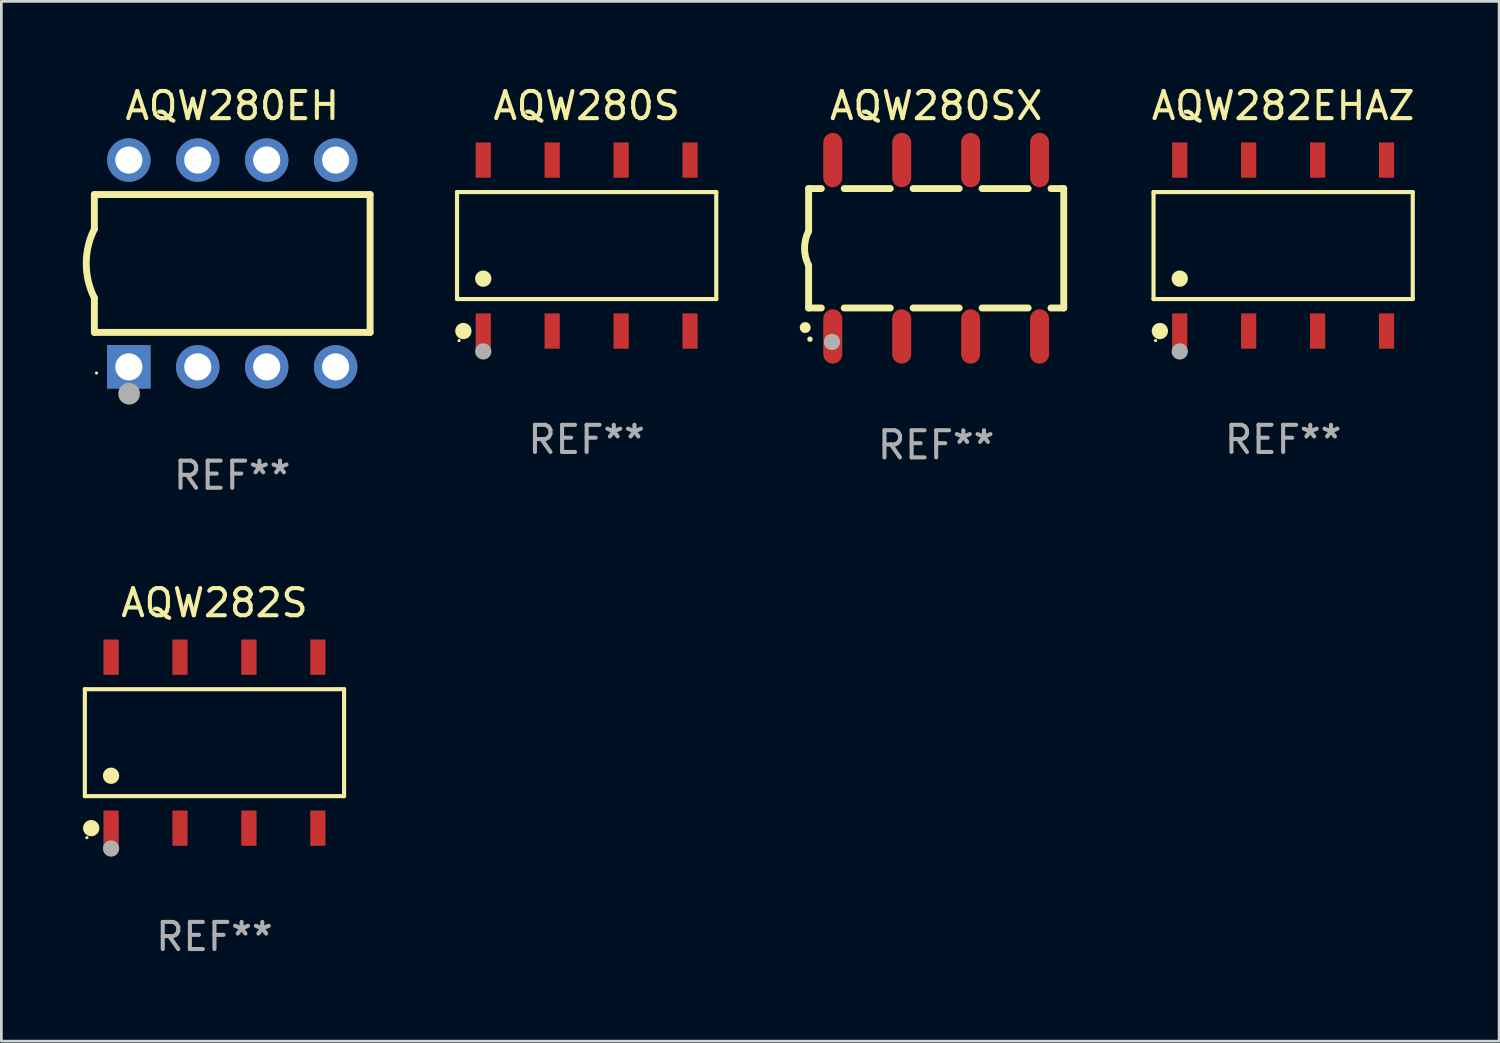
<source format=kicad_pcb>
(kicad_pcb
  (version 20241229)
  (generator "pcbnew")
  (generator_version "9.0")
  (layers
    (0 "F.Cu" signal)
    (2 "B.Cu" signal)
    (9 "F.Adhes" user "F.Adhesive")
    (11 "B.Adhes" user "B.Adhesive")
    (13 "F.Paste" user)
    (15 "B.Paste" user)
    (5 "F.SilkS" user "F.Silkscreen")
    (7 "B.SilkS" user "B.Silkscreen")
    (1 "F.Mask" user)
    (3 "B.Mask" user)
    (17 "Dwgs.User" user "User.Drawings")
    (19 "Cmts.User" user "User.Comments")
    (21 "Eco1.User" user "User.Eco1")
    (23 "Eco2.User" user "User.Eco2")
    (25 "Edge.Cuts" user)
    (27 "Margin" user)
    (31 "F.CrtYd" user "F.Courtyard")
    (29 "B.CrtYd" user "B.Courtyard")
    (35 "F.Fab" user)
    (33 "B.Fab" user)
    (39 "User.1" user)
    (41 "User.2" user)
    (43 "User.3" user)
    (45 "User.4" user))
  (footprint "AQW280SX"
    (layer "F.Cu")
    (at 31.445 6.098)
    (property "Reference" "AQW280SX" (at 0 -5.25 0) (layer "F.SilkS") (effects (font (size 1 1) (thickness 0.15))))
    (attr through_hole)
    (fp_line (start -4.7 -2.2) (end -4.7 -0.635) (stroke (width 0.254) (type solid)) (layer "F.SilkS"))
    (fp_line (start -4.7 -2.2) (end -4.231 -2.2) (stroke (width 0.254) (type solid)) (layer "F.SilkS"))
    (fp_line (start -4.7 2.2) (end -4.7 0.635) (stroke (width 0.254) (type solid)) (layer "F.SilkS"))
    (fp_line (start -4.7 2.2) (end -4.231 2.2) (stroke (width 0.254) (type solid)) (layer "F.SilkS"))
    (fp_line (start -3.389 -2.2) (end -1.691 -2.2) (stroke (width 0.254) (type solid)) (layer "F.SilkS"))
    (fp_line (start -3.389 2.2) (end -1.691 2.2) (stroke (width 0.254) (type solid)) (layer "F.SilkS"))
    (fp_line (start -0.849 -2.2) (end 0.849 -2.2) (stroke (width 0.254) (type solid)) (layer "F.SilkS"))
    (fp_line (start -0.849 2.2) (end 0.849 2.2) (stroke (width 0.254) (type solid)) (layer "F.SilkS"))
    (fp_line (start 1.691 -2.2) (end 3.389 -2.2) (stroke (width 0.254) (type solid)) (layer "F.SilkS"))
    (fp_line (start 1.691 2.2) (end 3.389 2.2) (stroke (width 0.254) (type solid)) (layer "F.SilkS"))
    (fp_line (start 4.231 -2.2) (end 4.7 -2.2) (stroke (width 0.254) (type solid)) (layer "F.SilkS"))
    (fp_line (start 4.231 2.2) (end 4.7 2.2) (stroke (width 0.254) (type solid)) (layer "F.SilkS"))
    (fp_line (start 4.7 -2.2) (end 4.7 2.2) (stroke (width 0.254) (type solid)) (layer "F.SilkS"))
    (fp_arc (start -4.82601 2.921006) (mid -4.82474 2.921002) (end -4.82347 2.921006) (stroke (width 0.4) (type solid)) (layer "F.SilkS"))
    (fp_arc (start -4.699009 0.635001) (mid -4.849248 0.000117) (end -4.7 -0.635001) (stroke (width 0.254001) (type solid)) (layer "F.SilkS"))
    (fp_circle (center -4.65 3.35) (end -4.6 3.35) (stroke (width 0.1) (type solid)) (fill no) (layer "F.SilkS"))
    (fp_circle (center -3.84 3.45) (end -3.69 3.45) (stroke (width 0.3) (type solid)) (fill no) (layer "F.Fab"))
    (fp_text user "REF**" (at 0 7.25 0) (layer "F.Fab") (effects (font (size 1 1) (thickness 0.15))))
    (pad "1" smd oval (at -3.81 3.25 180) (size 0.7 2) (layers "F.Cu" "F.Mask" "F.Paste"))
    (pad "2" smd oval (at -1.27 3.25 180) (size 0.7 2) (layers "F.Cu" "F.Mask" "F.Paste"))
    (pad "3" smd oval (at 1.27 3.25 180) (size 0.7 2) (layers "F.Cu" "F.Mask" "F.Paste"))
    (pad "4" smd oval (at 3.81 3.25 180) (size 0.7 2) (layers "F.Cu" "F.Mask" "F.Paste"))
    (pad "5" smd oval (at 3.81 -3.25 180) (size 0.7 2) (layers "F.Cu" "F.Mask" "F.Paste"))
    (pad "6" smd oval (at 1.27 -3.25 180) (size 0.7 2) (layers "F.Cu" "F.Mask" "F.Paste"))
    (pad "7" smd oval (at -1.27 -3.25 180) (size 0.7 2) (layers "F.Cu" "F.Mask" "F.Paste"))
    (pad "8" smd oval (at -3.81 -3.25 180) (size 0.7 2) (layers "F.Cu" "F.Mask" "F.Paste")))
  (footprint "AQW280S"
    (layer "F.Cu")
    (at 18.566 5.998)
    (property "Reference" "AQW280S" (at 0 -5.15 0) (layer "F.SilkS") (effects (font (size 1 1) (thickness 0.15))))
    (attr through_hole)
    (fp_line (start -4.776 -1.971) (end 4.776 -1.971) (stroke (width 0.152) (type solid)) (layer "F.SilkS"))
    (fp_line (start -4.776 1.971) (end -4.776 -1.971) (stroke (width 0.152) (type solid)) (layer "F.SilkS"))
    (fp_line (start 4.776 -1.971) (end 4.776 1.971) (stroke (width 0.152) (type solid)) (layer "F.SilkS"))
    (fp_line (start 4.776 1.971) (end -4.776 1.971) (stroke (width 0.152) (type solid)) (layer "F.SilkS"))
    (fp_circle (center -4.7 3.5) (end -4.67 3.5) (stroke (width 0.06) (type solid)) (fill no) (layer "F.SilkS"))
    (fp_circle (center -4.542 3.15) (end -4.392 3.15) (stroke (width 0.3) (type solid)) (fill no) (layer "F.SilkS"))
    (fp_circle (center -3.81 1.219) (end -3.66 1.219) (stroke (width 0.3) (type solid)) (fill no) (layer "F.SilkS"))
    (fp_circle (center -3.81 3.9) (end -3.66 3.9) (stroke (width 0.3) (type solid)) (fill no) (layer "F.Fab"))
    (fp_text user "REF**" (at 0 7.15 0) (layer "F.Fab") (effects (font (size 1 1) (thickness 0.15))))
    (pad "1" smd rect (at -3.81 3.15) (size 0.56 1.3) (layers "F.Cu" "F.Mask" "F.Paste"))
    (pad "2" smd rect (at -1.27 3.15) (size 0.56 1.3) (layers "F.Cu" "F.Mask" "F.Paste"))
    (pad "3" smd rect (at 1.27 3.15) (size 0.56 1.3) (layers "F.Cu" "F.Mask" "F.Paste"))
    (pad "4" smd rect (at 3.81 3.15) (size 0.56 1.3) (layers "F.Cu" "F.Mask" "F.Paste"))
    (pad "5" smd rect (at 3.81 -3.15) (size 0.56 1.3) (layers "F.Cu" "F.Mask" "F.Paste"))
    (pad "6" smd rect (at 1.27 -3.15) (size 0.56 1.3) (layers "F.Cu" "F.Mask" "F.Paste"))
    (pad "7" smd rect (at -1.27 -3.15) (size 0.56 1.3) (layers "F.Cu" "F.Mask" "F.Paste"))
    (pad "8" smd rect (at -3.81 -3.15) (size 0.56 1.3) (layers "F.Cu" "F.Mask" "F.Paste")))
  (footprint "AQW282S"
    (layer "F.Cu")
    (at 4.852 24.315)
    (property "Reference" "AQW282S" (at 0 -5.15 0) (layer "F.SilkS") (effects (font (size 1 1) (thickness 0.15))))
    (attr through_hole)
    (fp_line (start -4.776 -1.971) (end 4.776 -1.971) (stroke (width 0.152) (type solid)) (layer "F.SilkS"))
    (fp_line (start -4.776 1.971) (end -4.776 -1.971) (stroke (width 0.152) (type solid)) (layer "F.SilkS"))
    (fp_line (start 4.776 -1.971) (end 4.776 1.971) (stroke (width 0.152) (type solid)) (layer "F.SilkS"))
    (fp_line (start 4.776 1.971) (end -4.776 1.971) (stroke (width 0.152) (type solid)) (layer "F.SilkS"))
    (fp_circle (center -4.7 3.5) (end -4.67 3.5) (stroke (width 0.06) (type solid)) (fill no) (layer "F.SilkS"))
    (fp_circle (center -4.542 3.15) (end -4.392 3.15) (stroke (width 0.3) (type solid)) (fill no) (layer "F.SilkS"))
    (fp_circle (center -3.81 1.219) (end -3.66 1.219) (stroke (width 0.3) (type solid)) (fill no) (layer "F.SilkS"))
    (fp_circle (center -3.81 3.9) (end -3.66 3.9) (stroke (width 0.3) (type solid)) (fill no) (layer "F.Fab"))
    (fp_text user "REF**" (at 0 7.15 0) (layer "F.Fab") (effects (font (size 1 1) (thickness 0.15))))
    (pad "1" smd rect (at -3.81 3.15) (size 0.56 1.3) (layers "F.Cu" "F.Mask" "F.Paste"))
    (pad "2" smd rect (at -1.27 3.15) (size 0.56 1.3) (layers "F.Cu" "F.Mask" "F.Paste"))
    (pad "3" smd rect (at 1.27 3.15) (size 0.56 1.3) (layers "F.Cu" "F.Mask" "F.Paste"))
    (pad "4" smd rect (at 3.81 3.15) (size 0.56 1.3) (layers "F.Cu" "F.Mask" "F.Paste"))
    (pad "5" smd rect (at 3.81 -3.15) (size 0.56 1.3) (layers "F.Cu" "F.Mask" "F.Paste"))
    (pad "6" smd rect (at 1.27 -3.15) (size 0.56 1.3) (layers "F.Cu" "F.Mask" "F.Paste"))
    (pad "7" smd rect (at -1.27 -3.15) (size 0.56 1.3) (layers "F.Cu" "F.Mask" "F.Paste"))
    (pad "8" smd rect (at -3.81 -3.15) (size 0.56 1.3) (layers "F.Cu" "F.Mask" "F.Paste")))
  (footprint "AQW282EHAZ"
    (layer "F.Cu")
    (at 44.23 5.998)
    (property "Reference" "AQW282EHAZ" (at 0 -5.15 0) (layer "F.SilkS") (effects (font (size 1 1) (thickness 0.15))))
    (attr through_hole)
    (fp_line (start -4.776 -1.971) (end 4.776 -1.971) (stroke (width 0.152) (type solid)) (layer "F.SilkS"))
    (fp_line (start -4.776 1.971) (end -4.776 -1.971) (stroke (width 0.152) (type solid)) (layer "F.SilkS"))
    (fp_line (start 4.776 -1.971) (end 4.776 1.971) (stroke (width 0.152) (type solid)) (layer "F.SilkS"))
    (fp_line (start 4.776 1.971) (end -4.776 1.971) (stroke (width 0.152) (type solid)) (layer "F.SilkS"))
    (fp_circle (center -4.7 3.5) (end -4.67 3.5) (stroke (width 0.06) (type solid)) (fill no) (layer "F.SilkS"))
    (fp_circle (center -4.542 3.15) (end -4.392 3.15) (stroke (width 0.3) (type solid)) (fill no) (layer "F.SilkS"))
    (fp_circle (center -3.81 1.219) (end -3.66 1.219) (stroke (width 0.3) (type solid)) (fill no) (layer "F.SilkS"))
    (fp_circle (center -3.81 3.9) (end -3.66 3.9) (stroke (width 0.3) (type solid)) (fill no) (layer "F.Fab"))
    (fp_text user "REF**" (at 0 7.15 0) (layer "F.Fab") (effects (font (size 1 1) (thickness 0.15))))
    (pad "1" smd rect (at -3.81 3.15) (size 0.56 1.3) (layers "F.Cu" "F.Mask" "F.Paste"))
    (pad "2" smd rect (at -1.27 3.15) (size 0.56 1.3) (layers "F.Cu" "F.Mask" "F.Paste"))
    (pad "3" smd rect (at 1.27 3.15) (size 0.56 1.3) (layers "F.Cu" "F.Mask" "F.Paste"))
    (pad "4" smd rect (at 3.81 3.15) (size 0.56 1.3) (layers "F.Cu" "F.Mask" "F.Paste"))
    (pad "5" smd rect (at 3.81 -3.15) (size 0.56 1.3) (layers "F.Cu" "F.Mask" "F.Paste"))
    (pad "6" smd rect (at 1.27 -3.15) (size 0.56 1.3) (layers "F.Cu" "F.Mask" "F.Paste"))
    (pad "7" smd rect (at -1.27 -3.15) (size 0.56 1.3) (layers "F.Cu" "F.Mask" "F.Paste"))
    (pad "8" smd rect (at -3.81 -3.15) (size 0.56 1.3) (layers "F.Cu" "F.Mask" "F.Paste")))
  (footprint "AQW280EH"
    (layer "F.Cu")
    (at 5.507 6.658)
    (property "Reference" "AQW280EH" (at 0 -5.81 0) (layer "F.SilkS") (effects (font (size 1 1) (thickness 0.15))))
    (attr through_hole)
    (fp_line (start -5.08 -1.27) (end -5.08 -2.54) (stroke (width 0.254) (type solid)) (layer "F.SilkS"))
    (fp_line (start -5.08 2.54) (end -5.08 1.27) (stroke (width 0.254) (type solid)) (layer "F.SilkS"))
    (fp_line (start 5.08 -2.54) (end -5.08 -2.54) (stroke (width 0.254) (type solid)) (layer "F.SilkS"))
    (fp_line (start 5.08 2.54) (end -5.08 2.54) (stroke (width 0.254) (type solid)) (layer "F.SilkS"))
    (fp_line (start 5.08 2.54) (end 5.08 -2.54) (stroke (width 0.254) (type solid)) (layer "F.SilkS"))
    (fp_arc (start -5.080011 1.270002) (mid -5.379818 -0.000001) (end -5.08001 -1.270003) (stroke (width 0.254001) (type solid)) (layer "F.SilkS"))
    (fp_circle (center -5 4.038) (end -4.97 4.038) (stroke (width 0.06) (type solid)) (fill no) (layer "F.SilkS"))
    (fp_circle (center -3.8 4.8) (end -3.6 4.8) (stroke (width 0.4) (type solid)) (fill no) (layer "F.Fab"))
    (fp_text user "REF**" (at 0 7.81 0) (layer "F.Fab") (effects (font (size 1 1) (thickness 0.15))))
    (pad "1" thru_hole rect (at -3.81 3.81) (size 1.6 1.6) (drill 1) (layers "*.Cu" "*.Mask"))
    (pad "2" thru_hole circle (at -1.27 3.81) (size 1.6 1.6) (drill 1) (layers "*.Cu" "*.Mask"))
    (pad "3" thru_hole circle (at 1.27 3.81) (size 1.6 1.6) (drill 1) (layers "*.Cu" "*.Mask"))
    (pad "4" thru_hole circle (at 3.81 3.81) (size 1.6 1.6) (drill 1) (layers "*.Cu" "*.Mask"))
    (pad "5" thru_hole circle (at 3.81 -3.81) (size 1.6 1.6) (drill 1) (layers "*.Cu" "*.Mask"))
    (pad "6" thru_hole circle (at 1.27 -3.81) (size 1.6 1.6) (drill 1) (layers "*.Cu" "*.Mask"))
    (pad "7" thru_hole circle (at -1.27 -3.81) (size 1.6 1.6) (drill 1) (layers "*.Cu" "*.Mask"))
    (pad "8" thru_hole circle (at -3.81 -3.81) (size 1.6 1.6) (drill 1) (layers "*.Cu" "*.Mask")))
  (gr_rect
    (start -3 -3)
    (end 52.188 35.313)
    (stroke (width 0.1) (type default))
    (fill no)
    (layer "Edge.Cuts")))
</source>
